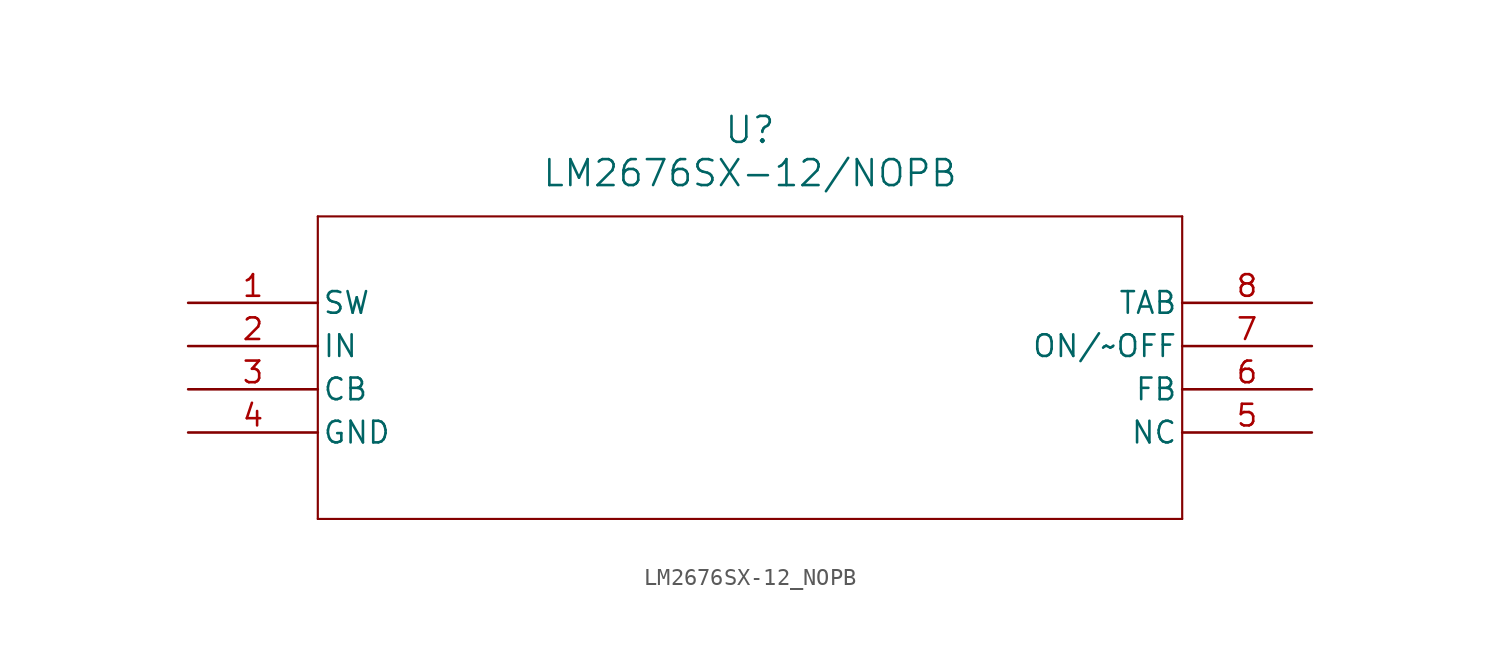
<source format=kicad_sym>
(kicad_symbol_lib
  (version 20241209)
  (generator "kicad_symbol_editor")
  (generator_version "9.0")
  (symbol "LM2676SX-12_NOPB"
    (pin_names
      (offset 0.254))
    (property "Reference" "U"
      (at 33.02 10.16 0)
      (effects (font (size 1.524 1.524))))
    (property "Value" "LM2676SX-12/NOPB"
      (at 33.02 7.62 0)
      (effects (font (size 1.524 1.524))))
    (property "ki_locked" ""
      (at 0 0 0)
      (effects (font (size 1.27 1.27))))
    (symbol "LM2676SX-12_NOPB_0_1"
      (polyline (pts (xy 7.62 5.08) (xy 7.62 -12.7)) (stroke (width 0.127) (type default)) (fill (type none)))
      (polyline (pts (xy 7.62 -12.7) (xy 58.42 -12.7)) (stroke (width 0.127) (type default)) (fill (type none)))
      (polyline (pts (xy 58.42 5.08) (xy 7.62 5.08)) (stroke (width 0.127) (type default)) (fill (type none)))
      (polyline (pts (xy 58.42 -12.7) (xy 58.42 5.08)) (stroke (width 0.127) (type default)) (fill (type none)))
      (pin output line (at 0 0 0) (length 7.62) (name "SW" (effects (font (size 1.27 1.27)))) (number "1" (effects (font (size 1.27 1.27)))))
      (pin input line (at 0 -2.54 0) (length 7.62) (name "IN" (effects (font (size 1.27 1.27)))) (number "2" (effects (font (size 1.27 1.27)))))
      (pin passive line (at 0 -5.08 0) (length 7.62) (name "CB" (effects (font (size 1.27 1.27)))) (number "3" (effects (font (size 1.27 1.27)))))
      (pin passive line (at 0 -7.62 0) (length 7.62) (name "GND" (effects (font (size 1.27 1.27)))) (number "4" (effects (font (size 1.27 1.27)))))
      (pin unspecified line (at 66.04 0 180) (length 7.62) (name "TAB" (effects (font (size 1.27 1.27)))) (number "8" (effects (font (size 1.27 1.27)))))
      (pin passive line (at 66.04 -2.54 180) (length 7.62) (name "ON/~OFF" (effects (font (size 1.27 1.27)))) (number "7" (effects (font (size 1.27 1.27)))))
      (pin passive line (at 66.04 -5.08 180) (length 7.62) (name "FB" (effects (font (size 1.27 1.27)))) (number "6" (effects (font (size 1.27 1.27)))))
      (pin passive line (at 66.04 -7.62 180) (length 7.62) (name "NC" (effects (font (size 1.27 1.27)))) (number "5" (effects (font (size 1.27 1.27))))))))
</source>
